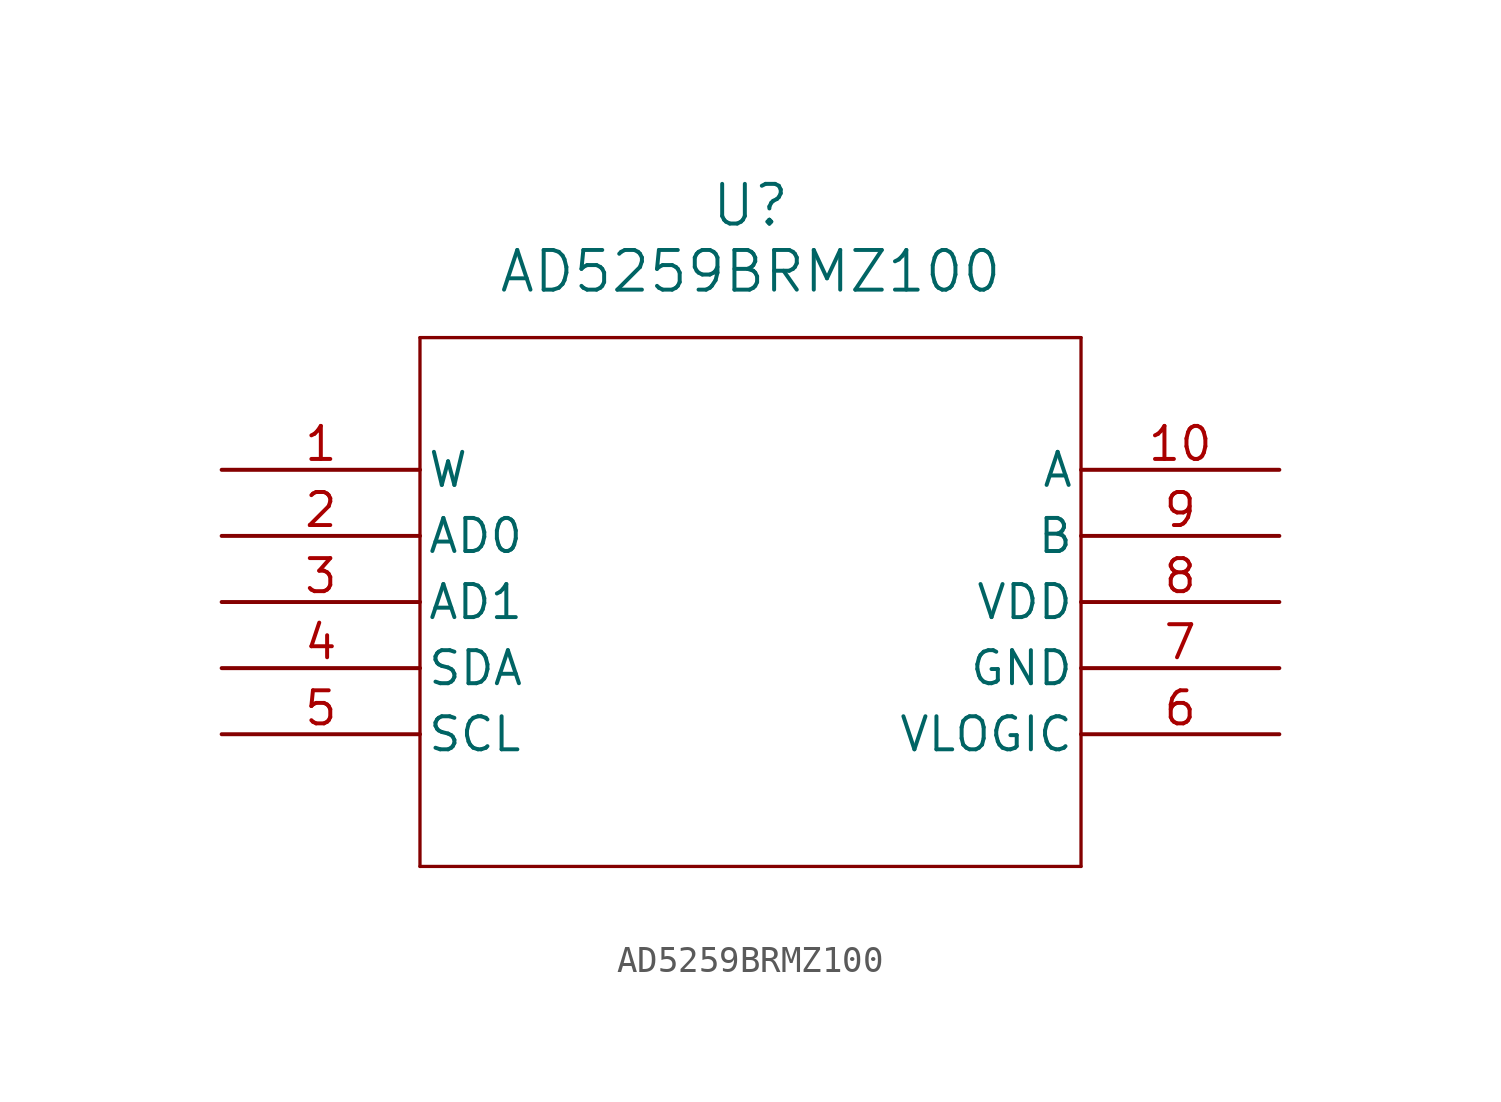
<source format=kicad_sym>
(kicad_symbol_lib
  (version 20211014)
  (generator kicad_symbol_editor)
  (symbol "AD5259BRMZ100"
    (pin_names
      (offset 0.254))
    (property "Reference" "U"
      (at 20.32 10.16 0)
      (effects (font (size 1.524 1.524))))
    (property "Value" "AD5259BRMZ100"
      (at 20.32 7.62 0)
      (effects (font (size 1.524 1.524))))
    (symbol "AD5259BRMZ100_0_1"
      (polyline (pts (xy 7.62 5.08) (xy 7.62 -15.24)) (stroke (width 0.127) (type default) (color 0 0 0 0)) (fill (type none)))
      (polyline (pts (xy 7.62 -15.24) (xy 33.02 -15.24)) (stroke (width 0.127) (type default) (color 0 0 0 0)) (fill (type none)))
      (polyline (pts (xy 33.02 -15.24) (xy 33.02 5.08)) (stroke (width 0.127) (type default) (color 0 0 0 0)) (fill (type none)))
      (polyline (pts (xy 33.02 5.08) (xy 7.62 5.08)) (stroke (width 0.127) (type default) (color 0 0 0 0)) (fill (type none)))
      (pin unspecified line (at 0 0 0) (length 7.62) (name "W" (effects (font (size 1.27 1.27)))) (number "1" (effects (font (size 1.27 1.27)))))
      (pin unspecified line (at 0 -2.54 0) (length 7.62) (name "AD0" (effects (font (size 1.27 1.27)))) (number "2" (effects (font (size 1.27 1.27)))))
      (pin unspecified line (at 0 -5.08 0) (length 7.62) (name "AD1" (effects (font (size 1.27 1.27)))) (number "3" (effects (font (size 1.27 1.27)))))
      (pin bidirectional line (at 0 -7.62 0) (length 7.62) (name "SDA" (effects (font (size 1.27 1.27)))) (number "4" (effects (font (size 1.27 1.27)))))
      (pin input line (at 0 -10.16 0) (length 7.62) (name "SCL" (effects (font (size 1.27 1.27)))) (number "5" (effects (font (size 1.27 1.27)))))
      (pin power_in line (at 40.64 -10.16 180) (length 7.62) (name "VLOGIC" (effects (font (size 1.27 1.27)))) (number "6" (effects (font (size 1.27 1.27)))))
      (pin power_out line (at 40.64 -7.62 180) (length 7.62) (name "GND" (effects (font (size 1.27 1.27)))) (number "7" (effects (font (size 1.27 1.27)))))
      (pin power_in line (at 40.64 -5.08 180) (length 7.62) (name "VDD" (effects (font (size 1.27 1.27)))) (number "8" (effects (font (size 1.27 1.27)))))
      (pin unspecified line (at 40.64 -2.54 180) (length 7.62) (name "B" (effects (font (size 1.27 1.27)))) (number "9" (effects (font (size 1.27 1.27)))))
      (pin unspecified line (at 40.64 0 180) (length 7.62) (name "A" (effects (font (size 1.27 1.27)))) (number "10" (effects (font (size 1.27 1.27))))))))
</source>
